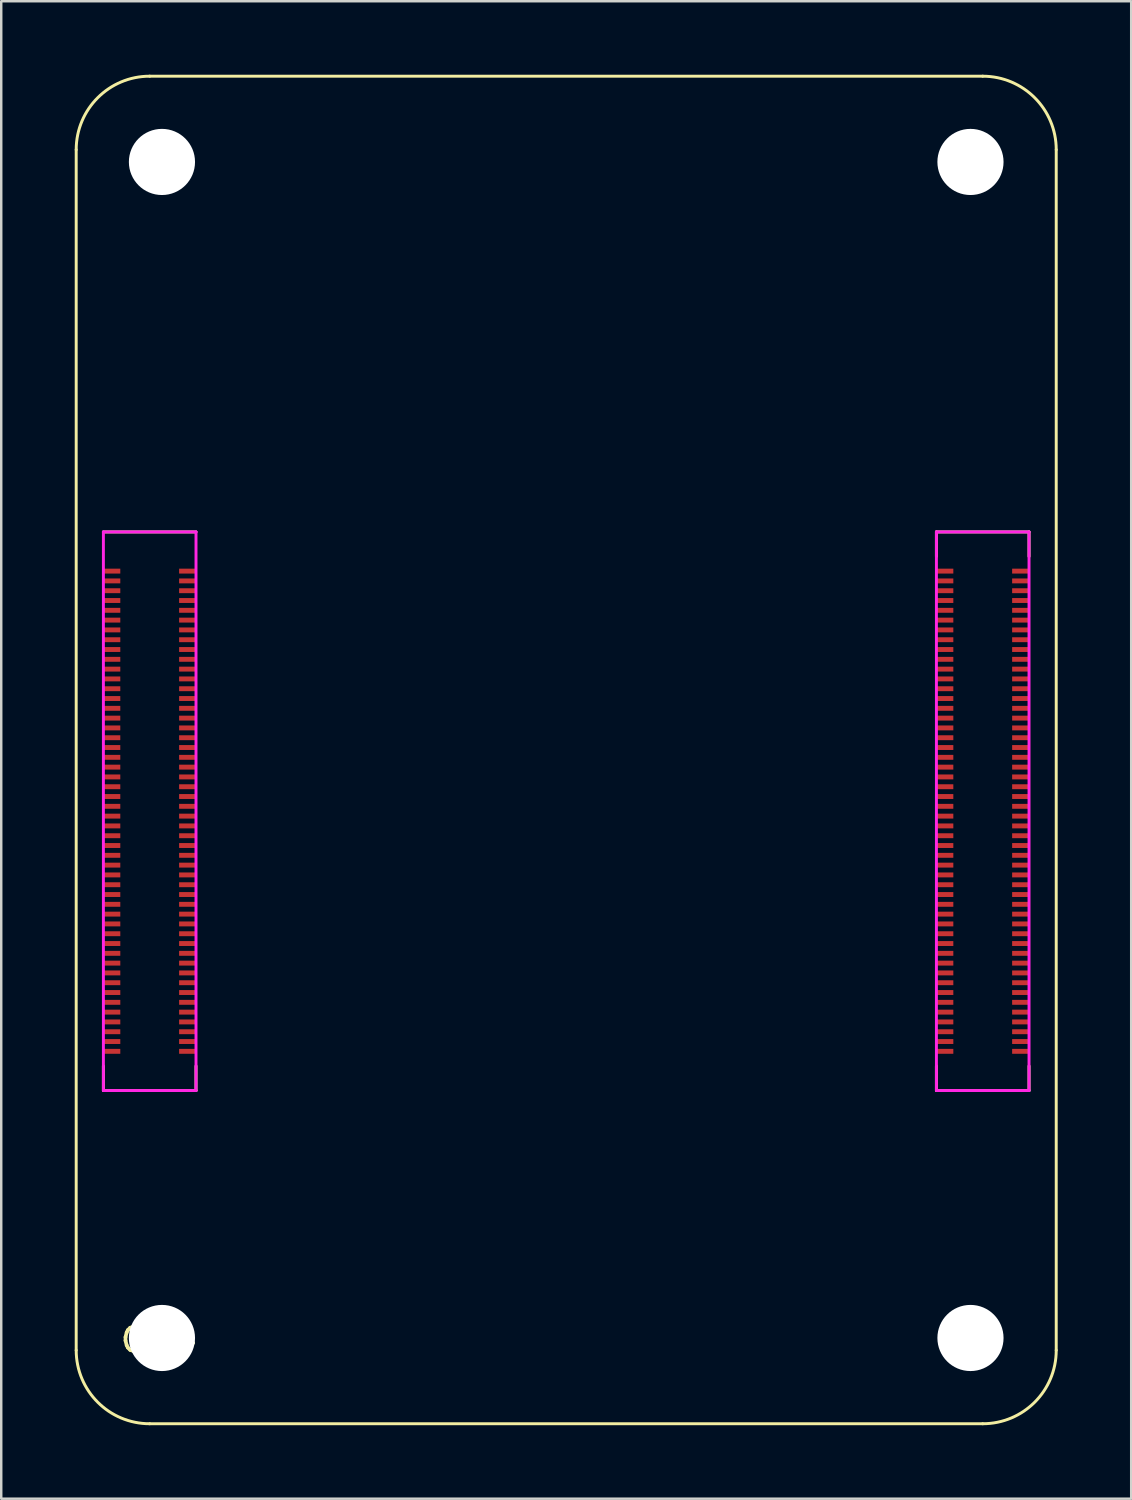
<source format=kicad_pcb>
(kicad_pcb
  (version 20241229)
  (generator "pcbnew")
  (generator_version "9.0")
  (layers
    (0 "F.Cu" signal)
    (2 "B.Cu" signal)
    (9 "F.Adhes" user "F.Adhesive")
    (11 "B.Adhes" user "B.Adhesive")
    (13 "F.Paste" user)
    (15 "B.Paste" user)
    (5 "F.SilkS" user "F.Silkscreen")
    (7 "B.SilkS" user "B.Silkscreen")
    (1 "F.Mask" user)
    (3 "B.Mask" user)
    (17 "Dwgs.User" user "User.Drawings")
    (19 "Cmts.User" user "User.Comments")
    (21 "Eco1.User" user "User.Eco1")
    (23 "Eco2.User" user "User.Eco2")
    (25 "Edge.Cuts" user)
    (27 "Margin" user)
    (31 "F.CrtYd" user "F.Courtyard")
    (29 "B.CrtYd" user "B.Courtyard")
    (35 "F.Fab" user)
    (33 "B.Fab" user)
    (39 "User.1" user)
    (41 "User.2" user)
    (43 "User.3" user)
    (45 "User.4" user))
  (footprint "CM4"
    (layer "F.Cu")
    (at 3.56 51.56)
    (property "Reference" "CM4" (at -0.13 0.08 0) (layer "F.SilkS") (effects (font (size 1 1) (thickness 0.15))))
    (attr smd)
    (fp_line (start -3.5 -48.5) (end -3.5 0.5) (stroke (width 0.12) (type solid)) (layer "F.SilkS"))
    (fp_line (start -2.39 -32.9) (end 1.39 -32.9) (stroke (width 0.12) (type solid)) (layer "F.SilkS"))
    (fp_line (start -2.39 -10.1) (end -2.39 -11.1) (stroke (width 0.12) (type solid)) (layer "F.SilkS"))
    (fp_line (start -2.39 -10.1) (end 1.39 -10.1) (stroke (width 0.12) (type solid)) (layer "F.SilkS"))
    (fp_line (start -0.5 3.5) (end 33.5 3.5) (stroke (width 0.12) (type solid)) (layer "F.SilkS"))
    (fp_line (start 1.39 -10.1) (end 1.39 -11.1) (stroke (width 0.12) (type solid)) (layer "F.SilkS"))
    (fp_line (start 31.61 -32.9) (end 31.61 -31.9) (stroke (width 0.12) (type solid)) (layer "F.SilkS"))
    (fp_line (start 31.61 -32.9) (end 35.39 -32.9) (stroke (width 0.12) (type solid)) (layer "F.SilkS"))
    (fp_line (start 31.61 -10.1) (end 31.61 -11.1) (stroke (width 0.12) (type solid)) (layer "F.SilkS"))
    (fp_line (start 31.61 -10.1) (end 35.39 -10.1) (stroke (width 0.12) (type solid)) (layer "F.SilkS"))
    (fp_line (start 33.5 -51.5) (end -0.5 -51.5) (stroke (width 0.12) (type solid)) (layer "F.SilkS"))
    (fp_line (start 35.39 -32.9) (end 35.39 -31.9) (stroke (width 0.12) (type solid)) (layer "F.SilkS"))
    (fp_line (start 35.39 -10.1) (end 35.39 -11.1) (stroke (width 0.12) (type solid)) (layer "F.SilkS"))
    (fp_line (start 36.5 0.5) (end 36.5 -48.5) (stroke (width 0.12) (type solid)) (layer "F.SilkS"))
    (fp_arc (start -3.5 -48.5) (mid -2.621321 -50.621321) (end -0.5 -51.5) (stroke (width 0.12) (type default)) (layer "F.SilkS"))
    (fp_arc (start -0.5 3.5) (mid -2.621321 2.621321) (end -3.5 0.5) (stroke (width 0.12) (type default)) (layer "F.SilkS"))
    (fp_arc (start 33.5 -51.5) (mid 35.621321 -50.621321) (end 36.5 -48.5) (stroke (width 0.12) (type default)) (layer "F.SilkS"))
    (fp_arc (start 36.5 0.5) (mid 35.621321 2.621321) (end 33.5 3.5) (stroke (width 0.12) (type default)) (layer "F.SilkS"))
    (fp_line (start -2.39 -32.9) (end 1.39 -32.9) (stroke (width 0.12) (type solid)) (layer "F.CrtYd"))
    (fp_line (start -2.39 -10.1) (end -2.39 -32.9) (stroke (width 0.12) (type solid)) (layer "F.CrtYd"))
    (fp_line (start 1.39 -32.9) (end 1.39 -10.1) (stroke (width 0.12) (type solid)) (layer "F.CrtYd"))
    (fp_line (start 1.39 -10.1) (end -2.39 -10.1) (stroke (width 0.12) (type solid)) (layer "F.CrtYd"))
    (fp_line (start 31.61 -32.9) (end 35.39 -32.9) (stroke (width 0.12) (type solid)) (layer "F.CrtYd"))
    (fp_line (start 31.61 -10.1) (end 31.61 -32.9) (stroke (width 0.12) (type solid)) (layer "F.CrtYd"))
    (fp_line (start 35.39 -32.9) (end 35.39 -10.1) (stroke (width 0.12) (type solid)) (layer "F.CrtYd"))
    (fp_line (start 35.39 -10.1) (end 31.61 -10.1) (stroke (width 0.12) (type solid)) (layer "F.CrtYd"))
    (fp_line (start -3.5 -51.5) (end 36.5 -51.5) (stroke (width 0.1) (type default)) (layer "User.2"))
    (fp_line (start -3.5 3.5) (end -3.5 -51.5) (stroke (width 0.1) (type default)) (layer "User.2"))
    (fp_line (start 7 -3) (end 7 3.5) (stroke (width 0.1) (type default)) (layer "User.2"))
    (fp_line (start 7 3.5) (end -3.5 3.5) (stroke (width 0.1) (type default)) (layer "User.2"))
    (fp_line (start 18 -3) (end 7 -3) (stroke (width 0.1) (type default)) (layer "User.2"))
    (fp_line (start 18 3.5) (end 18 -3) (stroke (width 0.1) (type default)) (layer "User.2"))
    (fp_line (start 36.5 -51.5) (end 36.5 3.5) (stroke (width 0.1) (type default)) (layer "User.2"))
    (fp_line (start 36.5 3.5) (end 18 3.5) (stroke (width 0.1) (type default)) (layer "User.2"))
    (pad "" np_thru_hole circle (at 0 -48) (size 2.7 2.7) (drill 2.7) (layers "*.Cu" "*.Mask"))
    (pad "" np_thru_hole circle (at 0 0) (size 2.7 2.7) (drill 2.7) (layers "*.Cu" "*.Mask"))
    (pad "" np_thru_hole circle (at 33 -48) (size 2.7 2.7) (drill 2.7) (layers "*.Cu" "*.Mask"))
    (pad "" np_thru_hole circle (at 33 0) (size 2.7 2.7) (drill 2.7) (layers "*.Cu" "*.Mask"))
    (pad "1" smd rect (at -2.05 -31.3 270) (size 0.2 0.7) (layers "F.Cu" "F.Mask" "F.Paste"))
    (pad "2" smd rect (at 1.05 -31.3 270) (size 0.2 0.7) (layers "F.Cu" "F.Mask" "F.Paste"))
    (pad "3" smd rect (at -2.05 -30.9 270) (size 0.2 0.7) (layers "F.Cu" "F.Mask" "F.Paste"))
    (pad "4" smd rect (at 1.05 -30.9 270) (size 0.2 0.7) (layers "F.Cu" "F.Mask" "F.Paste"))
    (pad "5" smd rect (at -2.05 -30.5 270) (size 0.2 0.7) (layers "F.Cu" "F.Mask" "F.Paste"))
    (pad "6" smd rect (at 1.05 -30.5 270) (size 0.2 0.7) (layers "F.Cu" "F.Mask" "F.Paste"))
    (pad "7" smd rect (at -2.05 -30.1 270) (size 0.2 0.7) (layers "F.Cu" "F.Mask" "F.Paste"))
    (pad "8" smd rect (at 1.05 -30.1 270) (size 0.2 0.7) (layers "F.Cu" "F.Mask" "F.Paste"))
    (pad "9" smd rect (at -2.05 -29.7 270) (size 0.2 0.7) (layers "F.Cu" "F.Mask" "F.Paste"))
    (pad "10" smd rect (at 1.05 -29.7 270) (size 0.2 0.7) (layers "F.Cu" "F.Mask" "F.Paste"))
    (pad "11" smd rect (at -2.05 -29.3 270) (size 0.2 0.7) (layers "F.Cu" "F.Mask" "F.Paste"))
    (pad "12" smd rect (at 1.05 -29.3 270) (size 0.2 0.7) (layers "F.Cu" "F.Mask" "F.Paste"))
    (pad "13" smd rect (at -2.05 -28.9 270) (size 0.2 0.7) (layers "F.Cu" "F.Mask" "F.Paste"))
    (pad "14" smd rect (at 1.05 -28.9 270) (size 0.2 0.7) (layers "F.Cu" "F.Mask" "F.Paste"))
    (pad "15" smd rect (at -2.05 -28.5 270) (size 0.2 0.7) (layers "F.Cu" "F.Mask" "F.Paste"))
    (pad "16" smd rect (at 1.05 -28.5 270) (size 0.2 0.7) (layers "F.Cu" "F.Mask" "F.Paste"))
    (pad "17" smd rect (at -2.05 -28.1 270) (size 0.2 0.7) (layers "F.Cu" "F.Mask" "F.Paste"))
    (pad "18" smd rect (at 1.05 -28.1 270) (size 0.2 0.7) (layers "F.Cu" "F.Mask" "F.Paste"))
    (pad "19" smd rect (at -2.05 -27.7 270) (size 0.2 0.7) (layers "F.Cu" "F.Mask" "F.Paste"))
    (pad "20" smd rect (at 1.05 -27.7 270) (size 0.2 0.7) (layers "F.Cu" "F.Mask" "F.Paste"))
    (pad "21" smd rect (at -2.05 -27.3 270) (size 0.2 0.7) (layers "F.Cu" "F.Mask" "F.Paste"))
    (pad "22" smd rect (at 1.05 -27.3 270) (size 0.2 0.7) (layers "F.Cu" "F.Mask" "F.Paste"))
    (pad "23" smd rect (at -2.05 -26.9 270) (size 0.2 0.7) (layers "F.Cu" "F.Mask" "F.Paste"))
    (pad "24" smd rect (at 1.05 -26.9 270) (size 0.2 0.7) (layers "F.Cu" "F.Mask" "F.Paste"))
    (pad "25" smd rect (at -2.05 -26.5 270) (size 0.2 0.7) (layers "F.Cu" "F.Mask" "F.Paste"))
    (pad "26" smd rect (at 1.05 -26.5 270) (size 0.2 0.7) (layers "F.Cu" "F.Mask" "F.Paste"))
    (pad "27" smd rect (at -2.05 -26.1 270) (size 0.2 0.7) (layers "F.Cu" "F.Mask" "F.Paste"))
    (pad "28" smd rect (at 1.05 -26.1 270) (size 0.2 0.7) (layers "F.Cu" "F.Mask" "F.Paste"))
    (pad "29" smd rect (at -2.05 -25.7 270) (size 0.2 0.7) (layers "F.Cu" "F.Mask" "F.Paste"))
    (pad "30" smd rect (at 1.05 -25.7 270) (size 0.2 0.7) (layers "F.Cu" "F.Mask" "F.Paste"))
    (pad "31" smd rect (at -2.05 -25.3 270) (size 0.2 0.7) (layers "F.Cu" "F.Mask" "F.Paste"))
    (pad "32" smd rect (at 1.05 -25.3 270) (size 0.2 0.7) (layers "F.Cu" "F.Mask" "F.Paste"))
    (pad "33" smd rect (at -2.05 -24.9 270) (size 0.2 0.7) (layers "F.Cu" "F.Mask" "F.Paste"))
    (pad "34" smd rect (at 1.05 -24.9 270) (size 0.2 0.7) (layers "F.Cu" "F.Mask" "F.Paste"))
    (pad "35" smd rect (at -2.05 -24.5 270) (size 0.2 0.7) (layers "F.Cu" "F.Mask" "F.Paste"))
    (pad "36" smd rect (at 1.05 -24.5 270) (size 0.2 0.7) (layers "F.Cu" "F.Mask" "F.Paste"))
    (pad "37" smd rect (at -2.05 -24.1 270) (size 0.2 0.7) (layers "F.Cu" "F.Mask" "F.Paste"))
    (pad "38" smd rect (at 1.05 -24.1 270) (size 0.2 0.7) (layers "F.Cu" "F.Mask" "F.Paste"))
    (pad "39" smd rect (at -2.05 -23.7 270) (size 0.2 0.7) (layers "F.Cu" "F.Mask" "F.Paste"))
    (pad "40" smd rect (at 1.05 -23.7 270) (size 0.2 0.7) (layers "F.Cu" "F.Mask" "F.Paste"))
    (pad "41" smd rect (at -2.05 -23.3 270) (size 0.2 0.7) (layers "F.Cu" "F.Mask" "F.Paste"))
    (pad "42" smd rect (at 1.05 -23.3 270) (size 0.2 0.7) (layers "F.Cu" "F.Mask" "F.Paste"))
    (pad "43" smd rect (at -2.05 -22.9 270) (size 0.2 0.7) (layers "F.Cu" "F.Mask" "F.Paste"))
    (pad "44" smd rect (at 1.05 -22.9 270) (size 0.2 0.7) (layers "F.Cu" "F.Mask" "F.Paste"))
    (pad "45" smd rect (at -2.05 -22.5 270) (size 0.2 0.7) (layers "F.Cu" "F.Mask" "F.Paste"))
    (pad "46" smd rect (at 1.05 -22.5 270) (size 0.2 0.7) (layers "F.Cu" "F.Mask" "F.Paste"))
    (pad "47" smd rect (at -2.05 -22.1 270) (size 0.2 0.7) (layers "F.Cu" "F.Mask" "F.Paste"))
    (pad "48" smd rect (at 1.05 -22.1 270) (size 0.2 0.7) (layers "F.Cu" "F.Mask" "F.Paste"))
    (pad "49" smd rect (at -2.05 -21.7 270) (size 0.2 0.7) (layers "F.Cu" "F.Mask" "F.Paste"))
    (pad "50" smd rect (at 1.05 -21.7 270) (size 0.2 0.7) (layers "F.Cu" "F.Mask" "F.Paste"))
    (pad "51" smd rect (at -2.05 -21.3 270) (size 0.2 0.7) (layers "F.Cu" "F.Mask" "F.Paste"))
    (pad "52" smd rect (at 1.05 -21.3 270) (size 0.2 0.7) (layers "F.Cu" "F.Mask" "F.Paste"))
    (pad "53" smd rect (at -2.05 -20.9 270) (size 0.2 0.7) (layers "F.Cu" "F.Mask" "F.Paste"))
    (pad "54" smd rect (at 1.05 -20.9 270) (size 0.2 0.7) (layers "F.Cu" "F.Mask" "F.Paste"))
    (pad "55" smd rect (at -2.05 -20.5 270) (size 0.2 0.7) (layers "F.Cu" "F.Mask" "F.Paste"))
    (pad "56" smd rect (at 1.05 -20.5 270) (size 0.2 0.7) (layers "F.Cu" "F.Mask" "F.Paste"))
    (pad "57" smd rect (at -2.05 -20.1 270) (size 0.2 0.7) (layers "F.Cu" "F.Mask" "F.Paste"))
    (pad "58" smd rect (at 1.05 -20.1 270) (size 0.2 0.7) (layers "F.Cu" "F.Mask" "F.Paste"))
    (pad "59" smd rect (at -2.05 -19.7 270) (size 0.2 0.7) (layers "F.Cu" "F.Mask" "F.Paste"))
    (pad "60" smd rect (at 1.05 -19.7 270) (size 0.2 0.7) (layers "F.Cu" "F.Mask" "F.Paste"))
    (pad "61" smd rect (at -2.05 -19.3 270) (size 0.2 0.7) (layers "F.Cu" "F.Mask" "F.Paste"))
    (pad "62" smd rect (at 1.05 -19.3 270) (size 0.2 0.7) (layers "F.Cu" "F.Mask" "F.Paste"))
    (pad "63" smd rect (at -2.05 -18.9 270) (size 0.2 0.7) (layers "F.Cu" "F.Mask" "F.Paste"))
    (pad "64" smd rect (at 1.05 -18.9 270) (size 0.2 0.7) (layers "F.Cu" "F.Mask" "F.Paste"))
    (pad "65" smd rect (at -2.05 -18.5 270) (size 0.2 0.7) (layers "F.Cu" "F.Mask" "F.Paste"))
    (pad "66" smd rect (at 1.05 -18.5 270) (size 0.2 0.7) (layers "F.Cu" "F.Mask" "F.Paste"))
    (pad "67" smd rect (at -2.05 -18.1 270) (size 0.2 0.7) (layers "F.Cu" "F.Mask" "F.Paste"))
    (pad "68" smd rect (at 1.05 -18.1 270) (size 0.2 0.7) (layers "F.Cu" "F.Mask" "F.Paste"))
    (pad "69" smd rect (at -2.05 -17.7 270) (size 0.2 0.7) (layers "F.Cu" "F.Mask" "F.Paste"))
    (pad "70" smd rect (at 1.05 -17.7 270) (size 0.2 0.7) (layers "F.Cu" "F.Mask" "F.Paste"))
    (pad "71" smd rect (at -2.05 -17.3 270) (size 0.2 0.7) (layers "F.Cu" "F.Mask" "F.Paste"))
    (pad "72" smd rect (at 1.05 -17.3 270) (size 0.2 0.7) (layers "F.Cu" "F.Mask" "F.Paste"))
    (pad "73" smd rect (at -2.05 -16.9 270) (size 0.2 0.7) (layers "F.Cu" "F.Mask" "F.Paste"))
    (pad "74" smd rect (at 1.05 -16.9 270) (size 0.2 0.7) (layers "F.Cu" "F.Mask" "F.Paste"))
    (pad "75" smd rect (at -2.05 -16.5 270) (size 0.2 0.7) (layers "F.Cu" "F.Mask" "F.Paste"))
    (pad "76" smd rect (at 1.05 -16.5 270) (size 0.2 0.7) (layers "F.Cu" "F.Mask" "F.Paste"))
    (pad "77" smd rect (at -2.05 -16.1 270) (size 0.2 0.7) (layers "F.Cu" "F.Mask" "F.Paste"))
    (pad "78" smd rect (at 1.05 -16.1 270) (size 0.2 0.7) (layers "F.Cu" "F.Mask" "F.Paste"))
    (pad "79" smd rect (at -2.05 -15.7 270) (size 0.2 0.7) (layers "F.Cu" "F.Mask" "F.Paste"))
    (pad "80" smd rect (at 1.05 -15.7 270) (size 0.2 0.7) (layers "F.Cu" "F.Mask" "F.Paste"))
    (pad "81" smd rect (at -2.05 -15.3 270) (size 0.2 0.7) (layers "F.Cu" "F.Mask" "F.Paste"))
    (pad "82" smd rect (at 1.05 -15.3 270) (size 0.2 0.7) (layers "F.Cu" "F.Mask" "F.Paste"))
    (pad "83" smd rect (at -2.05 -14.9 270) (size 0.2 0.7) (layers "F.Cu" "F.Mask" "F.Paste"))
    (pad "84" smd rect (at 1.05 -14.9 270) (size 0.2 0.7) (layers "F.Cu" "F.Mask" "F.Paste"))
    (pad "85" smd rect (at -2.05 -14.5 270) (size 0.2 0.7) (layers "F.Cu" "F.Mask" "F.Paste"))
    (pad "86" smd rect (at 1.05 -14.5 270) (size 0.2 0.7) (layers "F.Cu" "F.Mask" "F.Paste"))
    (pad "87" smd rect (at -2.05 -14.1 270) (size 0.2 0.7) (layers "F.Cu" "F.Mask" "F.Paste"))
    (pad "88" smd rect (at 1.05 -14.1 270) (size 0.2 0.7) (layers "F.Cu" "F.Mask" "F.Paste"))
    (pad "89" smd rect (at -2.05 -13.7 270) (size 0.2 0.7) (layers "F.Cu" "F.Mask" "F.Paste"))
    (pad "90" smd rect (at 1.05 -13.7 270) (size 0.2 0.7) (layers "F.Cu" "F.Mask" "F.Paste"))
    (pad "91" smd rect (at -2.05 -13.3 270) (size 0.2 0.7) (layers "F.Cu" "F.Mask" "F.Paste"))
    (pad "92" smd rect (at 1.05 -13.3 270) (size 0.2 0.7) (layers "F.Cu" "F.Mask" "F.Paste"))
    (pad "93" smd rect (at -2.05 -12.9 270) (size 0.2 0.7) (layers "F.Cu" "F.Mask" "F.Paste"))
    (pad "94" smd rect (at 1.05 -12.9 270) (size 0.2 0.7) (layers "F.Cu" "F.Mask" "F.Paste"))
    (pad "95" smd rect (at -2.05 -12.5 270) (size 0.2 0.7) (layers "F.Cu" "F.Mask" "F.Paste"))
    (pad "96" smd rect (at 1.05 -12.5 270) (size 0.2 0.7) (layers "F.Cu" "F.Mask" "F.Paste"))
    (pad "97" smd rect (at -2.05 -12.1 270) (size 0.2 0.7) (layers "F.Cu" "F.Mask" "F.Paste"))
    (pad "98" smd rect (at 1.05 -12.1 270) (size 0.2 0.7) (layers "F.Cu" "F.Mask" "F.Paste"))
    (pad "99" smd rect (at -2.05 -11.7 270) (size 0.2 0.7) (layers "F.Cu" "F.Mask" "F.Paste"))
    (pad "100" smd rect (at 1.05 -11.7 270) (size 0.2 0.7) (layers "F.Cu" "F.Mask" "F.Paste"))
    (pad "101" smd rect (at 31.95 -31.3 270) (size 0.2 0.7) (layers "F.Cu" "F.Mask" "F.Paste"))
    (pad "102" smd rect (at 35.05 -31.3 270) (size 0.2 0.7) (layers "F.Cu" "F.Mask" "F.Paste"))
    (pad "103" smd rect (at 31.95 -30.9 270) (size 0.2 0.7) (layers "F.Cu" "F.Mask" "F.Paste"))
    (pad "104" smd rect (at 35.05 -30.9 270) (size 0.2 0.7) (layers "F.Cu" "F.Mask" "F.Paste"))
    (pad "105" smd rect (at 31.95 -30.5 270) (size 0.2 0.7) (layers "F.Cu" "F.Mask" "F.Paste"))
    (pad "106" smd rect (at 35.05 -30.5 270) (size 0.2 0.7) (layers "F.Cu" "F.Mask" "F.Paste"))
    (pad "107" smd rect (at 31.95 -30.1 270) (size 0.2 0.7) (layers "F.Cu" "F.Mask" "F.Paste"))
    (pad "108" smd rect (at 35.05 -30.1 270) (size 0.2 0.7) (layers "F.Cu" "F.Mask" "F.Paste"))
    (pad "109" smd rect (at 31.95 -29.7 270) (size 0.2 0.7) (layers "F.Cu" "F.Mask" "F.Paste"))
    (pad "110" smd rect (at 35.05 -29.7 270) (size 0.2 0.7) (layers "F.Cu" "F.Mask" "F.Paste"))
    (pad "111" smd rect (at 31.95 -29.3 270) (size 0.2 0.7) (layers "F.Cu" "F.Mask" "F.Paste"))
    (pad "112" smd rect (at 35.05 -29.3 270) (size 0.2 0.7) (layers "F.Cu" "F.Mask" "F.Paste"))
    (pad "113" smd rect (at 31.95 -28.9 270) (size 0.2 0.7) (layers "F.Cu" "F.Mask" "F.Paste"))
    (pad "114" smd rect (at 35.05 -28.9 270) (size 0.2 0.7) (layers "F.Cu" "F.Mask" "F.Paste"))
    (pad "115" smd rect (at 31.95 -28.5 270) (size 0.2 0.7) (layers "F.Cu" "F.Mask" "F.Paste"))
    (pad "116" smd rect (at 35.05 -28.5 270) (size 0.2 0.7) (layers "F.Cu" "F.Mask" "F.Paste"))
    (pad "117" smd rect (at 31.95 -28.1 270) (size 0.2 0.7) (layers "F.Cu" "F.Mask" "F.Paste"))
    (pad "118" smd rect (at 35.05 -28.1 270) (size 0.2 0.7) (layers "F.Cu" "F.Mask" "F.Paste"))
    (pad "119" smd rect (at 31.95 -27.7 270) (size 0.2 0.7) (layers "F.Cu" "F.Mask" "F.Paste"))
    (pad "120" smd rect (at 35.05 -27.7 270) (size 0.2 0.7) (layers "F.Cu" "F.Mask" "F.Paste"))
    (pad "121" smd rect (at 31.95 -27.3 270) (size 0.2 0.7) (layers "F.Cu" "F.Mask" "F.Paste"))
    (pad "122" smd rect (at 35.05 -27.3 270) (size 0.2 0.7) (layers "F.Cu" "F.Mask" "F.Paste"))
    (pad "123" smd rect (at 31.95 -26.9 270) (size 0.2 0.7) (layers "F.Cu" "F.Mask" "F.Paste"))
    (pad "124" smd rect (at 35.05 -26.9 270) (size 0.2 0.7) (layers "F.Cu" "F.Mask" "F.Paste"))
    (pad "125" smd rect (at 31.95 -26.5 270) (size 0.2 0.7) (layers "F.Cu" "F.Mask" "F.Paste"))
    (pad "126" smd rect (at 35.05 -26.5 270) (size 0.2 0.7) (layers "F.Cu" "F.Mask" "F.Paste"))
    (pad "127" smd rect (at 31.95 -26.1 270) (size 0.2 0.7) (layers "F.Cu" "F.Mask" "F.Paste"))
    (pad "128" smd rect (at 35.05 -26.1 270) (size 0.2 0.7) (layers "F.Cu" "F.Mask" "F.Paste"))
    (pad "129" smd rect (at 31.95 -25.7 270) (size 0.2 0.7) (layers "F.Cu" "F.Mask" "F.Paste"))
    (pad "130" smd rect (at 35.05 -25.7 270) (size 0.2 0.7) (layers "F.Cu" "F.Mask" "F.Paste"))
    (pad "131" smd rect (at 31.95 -25.3 270) (size 0.2 0.7) (layers "F.Cu" "F.Mask" "F.Paste"))
    (pad "132" smd rect (at 35.05 -25.3 270) (size 0.2 0.7) (layers "F.Cu" "F.Mask" "F.Paste"))
    (pad "133" smd rect (at 31.95 -24.9 270) (size 0.2 0.7) (layers "F.Cu" "F.Mask" "F.Paste"))
    (pad "134" smd rect (at 35.05 -24.9 270) (size 0.2 0.7) (layers "F.Cu" "F.Mask" "F.Paste"))
    (pad "135" smd rect (at 31.95 -24.5 270) (size 0.2 0.7) (layers "F.Cu" "F.Mask" "F.Paste"))
    (pad "136" smd rect (at 35.05 -24.5 270) (size 0.2 0.7) (layers "F.Cu" "F.Mask" "F.Paste"))
    (pad "137" smd rect (at 31.95 -24.1 270) (size 0.2 0.7) (layers "F.Cu" "F.Mask" "F.Paste"))
    (pad "138" smd rect (at 35.05 -24.1 270) (size 0.2 0.7) (layers "F.Cu" "F.Mask" "F.Paste"))
    (pad "139" smd rect (at 31.95 -23.7 270) (size 0.2 0.7) (layers "F.Cu" "F.Mask" "F.Paste"))
    (pad "140" smd rect (at 35.05 -23.7 270) (size 0.2 0.7) (layers "F.Cu" "F.Mask" "F.Paste"))
    (pad "141" smd rect (at 31.95 -23.3 270) (size 0.2 0.7) (layers "F.Cu" "F.Mask" "F.Paste"))
    (pad "142" smd rect (at 35.05 -23.3 270) (size 0.2 0.7) (layers "F.Cu" "F.Mask" "F.Paste"))
    (pad "143" smd rect (at 31.95 -22.9 270) (size 0.2 0.7) (layers "F.Cu" "F.Mask" "F.Paste"))
    (pad "144" smd rect (at 35.05 -22.9 270) (size 0.2 0.7) (layers "F.Cu" "F.Mask" "F.Paste"))
    (pad "145" smd rect (at 31.95 -22.5 270) (size 0.2 0.7) (layers "F.Cu" "F.Mask" "F.Paste"))
    (pad "146" smd rect (at 35.05 -22.5 270) (size 0.2 0.7) (layers "F.Cu" "F.Mask" "F.Paste"))
    (pad "147" smd rect (at 31.95 -22.1 270) (size 0.2 0.7) (layers "F.Cu" "F.Mask" "F.Paste"))
    (pad "148" smd rect (at 35.05 -22.1 270) (size 0.2 0.7) (layers "F.Cu" "F.Mask" "F.Paste"))
    (pad "149" smd rect (at 31.95 -21.7 270) (size 0.2 0.7) (layers "F.Cu" "F.Mask" "F.Paste"))
    (pad "150" smd rect (at 35.05 -21.7 270) (size 0.2 0.7) (layers "F.Cu" "F.Mask" "F.Paste"))
    (pad "151" smd rect (at 31.95 -21.3 270) (size 0.2 0.7) (layers "F.Cu" "F.Mask" "F.Paste"))
    (pad "152" smd rect (at 35.05 -21.3 270) (size 0.2 0.7) (layers "F.Cu" "F.Mask" "F.Paste"))
    (pad "153" smd rect (at 31.95 -20.9 270) (size 0.2 0.7) (layers "F.Cu" "F.Mask" "F.Paste"))
    (pad "154" smd rect (at 35.05 -20.9 270) (size 0.2 0.7) (layers "F.Cu" "F.Mask" "F.Paste"))
    (pad "155" smd rect (at 31.95 -20.5 270) (size 0.2 0.7) (layers "F.Cu" "F.Mask" "F.Paste"))
    (pad "156" smd rect (at 35.05 -20.5 270) (size 0.2 0.7) (layers "F.Cu" "F.Mask" "F.Paste"))
    (pad "157" smd rect (at 31.95 -20.1 270) (size 0.2 0.7) (layers "F.Cu" "F.Mask" "F.Paste"))
    (pad "158" smd rect (at 35.05 -20.1 270) (size 0.2 0.7) (layers "F.Cu" "F.Mask" "F.Paste"))
    (pad "159" smd rect (at 31.95 -19.7 270) (size 0.2 0.7) (layers "F.Cu" "F.Mask" "F.Paste"))
    (pad "160" smd rect (at 35.05 -19.7 270) (size 0.2 0.7) (layers "F.Cu" "F.Mask" "F.Paste"))
    (pad "161" smd rect (at 31.95 -19.3 270) (size 0.2 0.7) (layers "F.Cu" "F.Mask" "F.Paste"))
    (pad "162" smd rect (at 35.05 -19.3 270) (size 0.2 0.7) (layers "F.Cu" "F.Mask" "F.Paste"))
    (pad "163" smd rect (at 31.95 -18.9 270) (size 0.2 0.7) (layers "F.Cu" "F.Mask" "F.Paste"))
    (pad "164" smd rect (at 35.05 -18.9 270) (size 0.2 0.7) (layers "F.Cu" "F.Mask" "F.Paste"))
    (pad "165" smd rect (at 31.95 -18.5 270) (size 0.2 0.7) (layers "F.Cu" "F.Mask" "F.Paste"))
    (pad "166" smd rect (at 35.05 -18.5 270) (size 0.2 0.7) (layers "F.Cu" "F.Mask" "F.Paste"))
    (pad "167" smd rect (at 31.95 -18.1 270) (size 0.2 0.7) (layers "F.Cu" "F.Mask" "F.Paste"))
    (pad "168" smd rect (at 35.05 -18.1 270) (size 0.2 0.7) (layers "F.Cu" "F.Mask" "F.Paste"))
    (pad "169" smd rect (at 31.95 -17.7 270) (size 0.2 0.7) (layers "F.Cu" "F.Mask" "F.Paste"))
    (pad "170" smd rect (at 35.05 -17.7 270) (size 0.2 0.7) (layers "F.Cu" "F.Mask" "F.Paste"))
    (pad "171" smd rect (at 31.95 -17.3 270) (size 0.2 0.7) (layers "F.Cu" "F.Mask" "F.Paste"))
    (pad "172" smd rect (at 35.05 -17.3 270) (size 0.2 0.7) (layers "F.Cu" "F.Mask" "F.Paste"))
    (pad "173" smd rect (at 31.95 -16.9 270) (size 0.2 0.7) (layers "F.Cu" "F.Mask" "F.Paste"))
    (pad "174" smd rect (at 35.05 -16.9 270) (size 0.2 0.7) (layers "F.Cu" "F.Mask" "F.Paste"))
    (pad "175" smd rect (at 31.95 -16.5 270) (size 0.2 0.7) (layers "F.Cu" "F.Mask" "F.Paste"))
    (pad "176" smd rect (at 35.05 -16.5 270) (size 0.2 0.7) (layers "F.Cu" "F.Mask" "F.Paste"))
    (pad "177" smd rect (at 31.95 -16.1 270) (size 0.2 0.7) (layers "F.Cu" "F.Mask" "F.Paste"))
    (pad "178" smd rect (at 35.05 -16.1 270) (size 0.2 0.7) (layers "F.Cu" "F.Mask" "F.Paste"))
    (pad "179" smd rect (at 31.95 -15.7 270) (size 0.2 0.7) (layers "F.Cu" "F.Mask" "F.Paste"))
    (pad "180" smd rect (at 35.05 -15.7 270) (size 0.2 0.7) (layers "F.Cu" "F.Mask" "F.Paste"))
    (pad "181" smd rect (at 31.95 -15.3 270) (size 0.2 0.7) (layers "F.Cu" "F.Mask" "F.Paste"))
    (pad "182" smd rect (at 35.05 -15.3 270) (size 0.2 0.7) (layers "F.Cu" "F.Mask" "F.Paste"))
    (pad "183" smd rect (at 31.95 -14.9 270) (size 0.2 0.7) (layers "F.Cu" "F.Mask" "F.Paste"))
    (pad "184" smd rect (at 35.05 -14.9 270) (size 0.2 0.7) (layers "F.Cu" "F.Mask" "F.Paste"))
    (pad "185" smd rect (at 31.95 -14.5 270) (size 0.2 0.7) (layers "F.Cu" "F.Mask" "F.Paste"))
    (pad "186" smd rect (at 35.05 -14.5 270) (size 0.2 0.7) (layers "F.Cu" "F.Mask" "F.Paste"))
    (pad "187" smd rect (at 31.95 -14.1 270) (size 0.2 0.7) (layers "F.Cu" "F.Mask" "F.Paste"))
    (pad "188" smd rect (at 35.05 -14.1 270) (size 0.2 0.7) (layers "F.Cu" "F.Mask" "F.Paste"))
    (pad "189" smd rect (at 31.95 -13.7 270) (size 0.2 0.7) (layers "F.Cu" "F.Mask" "F.Paste"))
    (pad "190" smd rect (at 35.05 -13.7 270) (size 0.2 0.7) (layers "F.Cu" "F.Mask" "F.Paste"))
    (pad "191" smd rect (at 31.95 -13.3 270) (size 0.2 0.7) (layers "F.Cu" "F.Mask" "F.Paste"))
    (pad "192" smd rect (at 35.05 -13.3 270) (size 0.2 0.7) (layers "F.Cu" "F.Mask" "F.Paste"))
    (pad "193" smd rect (at 31.95 -12.9 270) (size 0.2 0.7) (layers "F.Cu" "F.Mask" "F.Paste"))
    (pad "194" smd rect (at 35.05 -12.9 270) (size 0.2 0.7) (layers "F.Cu" "F.Mask" "F.Paste"))
    (pad "195" smd rect (at 31.95 -12.5 270) (size 0.2 0.7) (layers "F.Cu" "F.Mask" "F.Paste"))
    (pad "196" smd rect (at 35.05 -12.5 270) (size 0.2 0.7) (layers "F.Cu" "F.Mask" "F.Paste"))
    (pad "197" smd rect (at 31.95 -12.1 270) (size 0.2 0.7) (layers "F.Cu" "F.Mask" "F.Paste"))
    (pad "198" smd rect (at 35.05 -12.1 270) (size 0.2 0.7) (layers "F.Cu" "F.Mask" "F.Paste"))
    (pad "199" smd rect (at 31.95 -11.7 270) (size 0.2 0.7) (layers "F.Cu" "F.Mask" "F.Paste"))
    (pad "200" smd rect (at 35.05 -11.7 270) (size 0.2 0.7) (layers "F.Cu" "F.Mask" "F.Paste")))
  (gr_rect
    (start -3 -3)
    (end 43.12 58.12)
    (stroke (width 0.1) (type default))
    (fill no)
    (layer "Edge.Cuts")))
</source>
